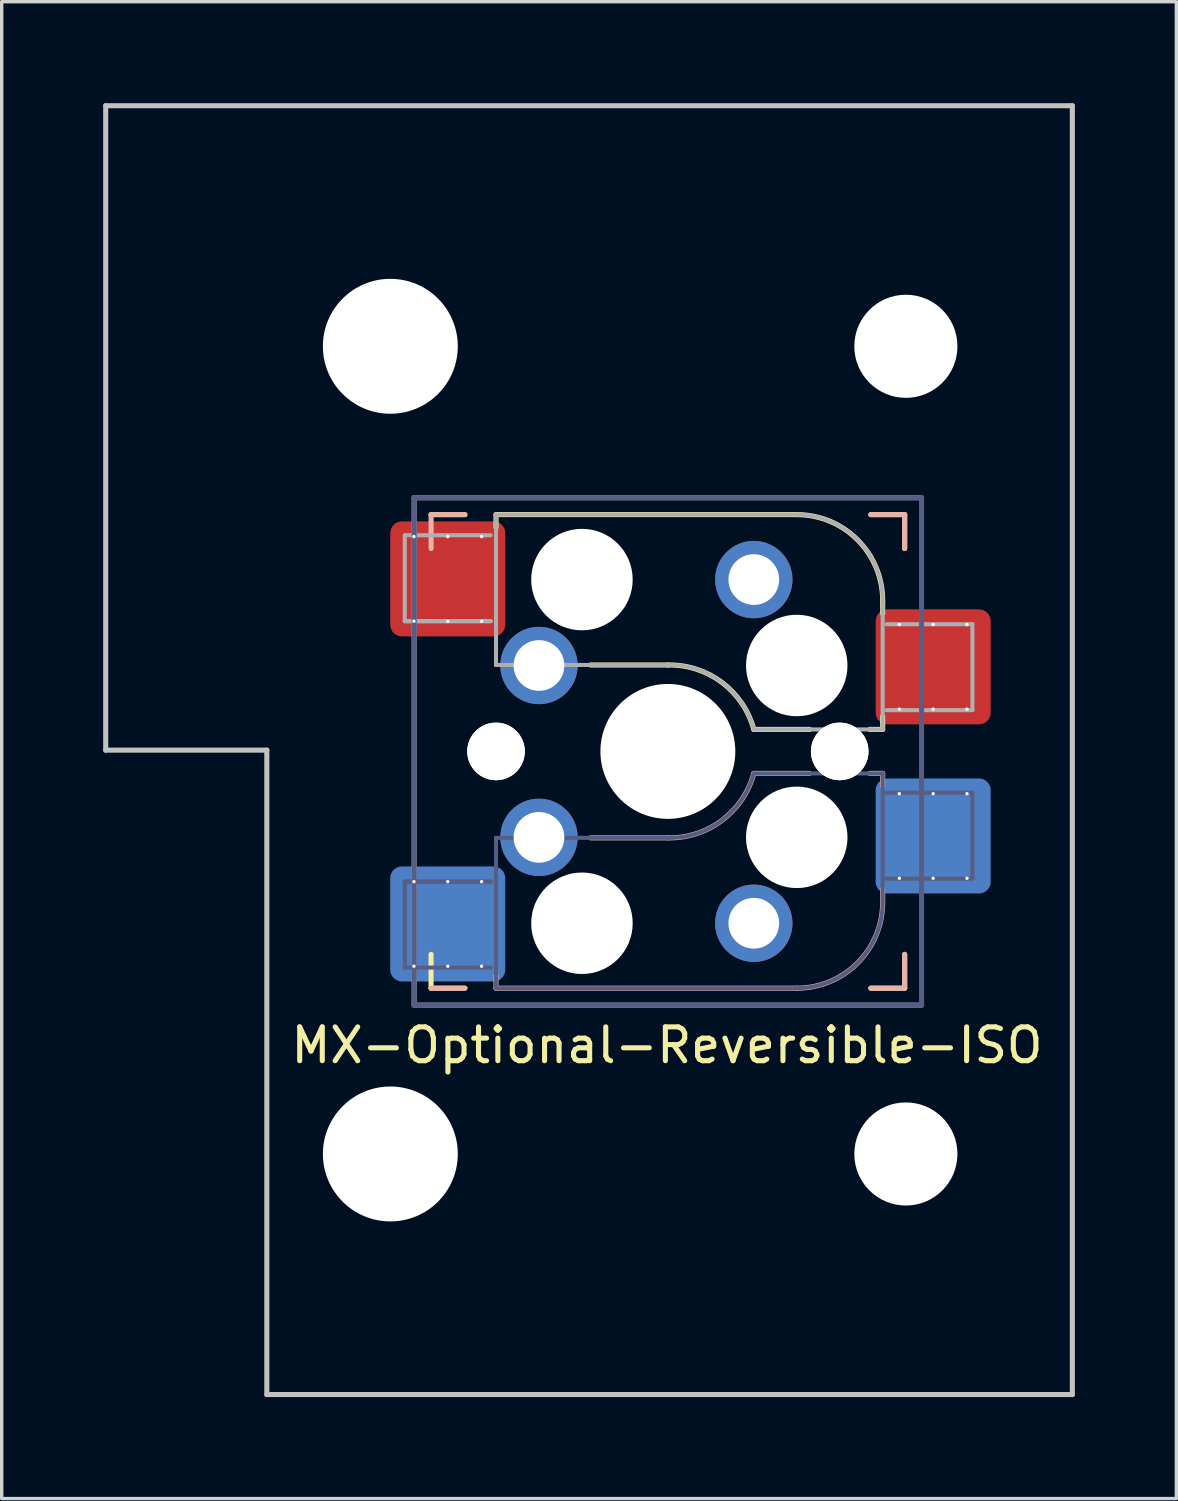
<source format=kicad_pcb>
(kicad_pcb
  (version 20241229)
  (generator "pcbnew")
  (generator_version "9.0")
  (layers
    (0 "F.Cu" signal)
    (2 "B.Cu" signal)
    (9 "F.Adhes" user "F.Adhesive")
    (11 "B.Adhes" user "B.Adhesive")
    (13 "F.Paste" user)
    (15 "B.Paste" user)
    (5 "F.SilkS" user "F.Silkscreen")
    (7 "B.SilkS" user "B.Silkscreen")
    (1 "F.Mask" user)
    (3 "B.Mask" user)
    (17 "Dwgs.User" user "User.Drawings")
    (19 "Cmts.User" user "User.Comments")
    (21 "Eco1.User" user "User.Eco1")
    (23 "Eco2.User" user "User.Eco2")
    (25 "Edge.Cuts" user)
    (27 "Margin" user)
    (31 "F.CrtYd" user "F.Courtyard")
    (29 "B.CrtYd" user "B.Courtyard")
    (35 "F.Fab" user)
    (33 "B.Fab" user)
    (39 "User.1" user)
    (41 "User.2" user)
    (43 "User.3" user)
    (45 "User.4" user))
  (footprint "MX-Optional-Reversible-ISO"
    (layer "F.Cu")
    (at 16.744 19.125)
    (property "Reference" "MX-Optional-Reversible-ISO" (at -0.077 8.726 180) (layer "F.SilkS") (effects (font (size 1 1) (thickness 0.15))))
    (attr smd)
    (fp_rect (start -8.258 -6.062) (end -4.858 -4.062) (stroke (width 0.1) (type solid)) (fill yes) (layer "F.Mask"))
    (fp_rect (start 6.092 -3.462) (end 9.492 -1.462) (stroke (width 0.1) (type solid)) (fill yes) (layer "F.Mask"))
    (fp_rect (start -4.858 4.138) (end -8.258 6.138) (stroke (width 0.1) (type solid)) (fill yes) (layer "B.Mask"))
    (fp_rect (start 9.492 1.538) (end 6.092 3.538) (stroke (width 0.1) (type solid)) (fill yes) (layer "B.Mask"))
    (fp_line (start -7.051 -6.962) (end -6.051 -6.962) (stroke (width 0.15) (type solid)) (layer "F.SilkS"))
    (fp_line (start -7.051 7.038) (end -7.051 6.038) (stroke (width 0.15) (type solid)) (layer "F.SilkS"))
    (fp_line (start -6.051 7.038) (end -7.051 7.038) (stroke (width 0.15) (type solid)) (layer "F.SilkS"))
    (fp_line (start -5.131 -6.581) (end -5.131 -6.962) (stroke (width 0.15) (type solid)) (layer "F.SilkS"))
    (fp_line (start -2.337 -2.517) (end -0.051 -2.517) (stroke (width 0.15) (type solid)) (layer "F.SilkS"))
    (fp_line (start 2.489 -0.612) (end 4.14 -0.612) (stroke (width 0.15) (type solid)) (layer "F.SilkS"))
    (fp_line (start 3.759 -6.962) (end -5.131 -6.962) (stroke (width 0.15) (type solid)) (layer "F.SilkS"))
    (fp_line (start 5.918 -0.612) (end 6.299 -0.612) (stroke (width 0.15) (type solid)) (layer "F.SilkS"))
    (fp_line (start 5.949 -6.962) (end 6.949 -6.962) (stroke (width 0.15) (type solid)) (layer "F.SilkS"))
    (fp_line (start 6.299 -4.041) (end 6.299 -4.422) (stroke (width 0.15) (type solid)) (layer "F.SilkS"))
    (fp_line (start 6.299 -0.612) (end 6.299 -0.993) (stroke (width 0.15) (type solid)) (layer "F.SilkS"))
    (fp_line (start 6.949 -6.962) (end 6.949 -5.962) (stroke (width 0.15) (type solid)) (layer "F.SilkS"))
    (fp_line (start 6.949 6.038) (end 6.949 7.038) (stroke (width 0.15) (type solid)) (layer "F.SilkS"))
    (fp_line (start 6.949 7.038) (end 5.949 7.038) (stroke (width 0.15) (type solid)) (layer "F.SilkS"))
    (fp_arc (start -0.05085 -2.51696) (mid 1.54712 -2.001754) (end 2.48915 -0.61196) (stroke (width 0.15) (type solid)) (layer "F.SilkS"))
    (fp_arc (start 3.75915 -6.96196) (mid 5.555201 -6.218011) (end 6.29915 -4.42196) (stroke (width 0.15) (type solid)) (layer "F.SilkS"))
    (fp_line (start -7.051 -6.962) (end -6.051 -6.962) (stroke (width 0.15) (type solid)) (layer "B.SilkS"))
    (fp_line (start -7.05 -6.96) (end -7.05 -5.96) (stroke (width 0.15) (type solid)) (layer "B.SilkS"))
    (fp_line (start -6.051 7.038) (end -7.051 7.038) (stroke (width 0.15) (type solid)) (layer "B.SilkS"))
    (fp_line (start -5.131 7.038) (end -5.131 6.657) (stroke (width 0.15) (type solid)) (layer "B.SilkS"))
    (fp_line (start -5.131 7.038) (end 3.759 7.038) (stroke (width 0.15) (type solid)) (layer "B.SilkS"))
    (fp_line (start -0.051 2.593) (end -2.337 2.593) (stroke (width 0.15) (type solid)) (layer "B.SilkS"))
    (fp_line (start 4.14 0.688) (end 2.489 0.688) (stroke (width 0.15) (type solid)) (layer "B.SilkS"))
    (fp_line (start 5.949 -6.962) (end 6.949 -6.962) (stroke (width 0.15) (type solid)) (layer "B.SilkS"))
    (fp_line (start 6.299 0.688) (end 5.918 0.688) (stroke (width 0.15) (type solid)) (layer "B.SilkS"))
    (fp_line (start 6.299 1.069) (end 6.299 0.688) (stroke (width 0.15) (type solid)) (layer "B.SilkS"))
    (fp_line (start 6.299 4.498) (end 6.299 4.117) (stroke (width 0.15) (type solid)) (layer "B.SilkS"))
    (fp_line (start 6.949 -6.962) (end 6.949 -5.962) (stroke (width 0.15) (type solid)) (layer "B.SilkS"))
    (fp_line (start 6.949 6.038) (end 6.949 7.038) (stroke (width 0.15) (type solid)) (layer "B.SilkS"))
    (fp_line (start 6.949 7.038) (end 5.949 7.038) (stroke (width 0.15) (type solid)) (layer "B.SilkS"))
    (fp_arc (start 2.48915 0.68804) (mid 1.547119 2.077831) (end -0.05085 2.59304) (stroke (width 0.15) (type solid)) (layer "B.SilkS"))
    (fp_arc (start 6.29915 4.49804) (mid 5.555201 6.294091) (end 3.75915 7.03804) (stroke (width 0.15) (type solid)) (layer "B.SilkS"))
    (fp_line (start -16.669 -19.05) (end -16.669 0) (stroke (width 0.15) (type solid)) (layer "Dwgs.User"))
    (fp_line (start -16.669 -19.05) (end 11.906 -19.05) (stroke (width 0.15) (type solid)) (layer "Dwgs.User"))
    (fp_line (start -11.906 0) (end -16.669 0) (stroke (width 0.15) (type solid)) (layer "Dwgs.User"))
    (fp_line (start -11.906 19.05) (end -11.906 0) (stroke (width 0.15) (type solid)) (layer "Dwgs.User"))
    (fp_line (start -11.906 19.05) (end 11.906 19.05) (stroke (width 0.15) (type solid)) (layer "Dwgs.User"))
    (fp_line (start 11.906 -19.05) (end 11.906 19.05) (stroke (width 0.15) (type solid)) (layer "Dwgs.User"))
    (fp_line (start -6.951 6.938) (end 6.849 6.938) (stroke (width 0.15) (type solid)) (layer "Eco2.User"))
    (fp_line (start -6.95 -6.86) (end -6.95 6.94) (stroke (width 0.15) (type solid)) (layer "Eco2.User"))
    (fp_line (start 6.848 6.94) (end 6.848 -6.86) (stroke (width 0.15) (type solid)) (layer "Eco2.User"))
    (fp_line (start 6.849 -6.862) (end -6.951 -6.862) (stroke (width 0.15) (type solid)) (layer "Eco2.User"))
    (fp_line (start -7.828 3.888) (end -7.828 6.428) (stroke (width 0.12) (type solid)) (layer "B.Fab"))
    (fp_line (start -7.828 6.428) (end -5.288 6.428) (stroke (width 0.12) (type solid)) (layer "B.Fab"))
    (fp_line (start -7.551 -7.462) (end 7.449 -7.462) (stroke (width 0.15) (type solid)) (layer "B.Fab"))
    (fp_line (start -7.551 7.538) (end -7.551 -7.462) (stroke (width 0.15) (type solid)) (layer "B.Fab"))
    (fp_line (start -5.288 3.888) (end -7.828 3.888) (stroke (width 0.12) (type solid)) (layer "B.Fab"))
    (fp_line (start -5.288 3.888) (end -7.828 3.888) (stroke (width 0.12) (type solid)) (layer "B.Fab"))
    (fp_line (start -5.131 2.593) (end -5.131 7.038) (stroke (width 0.12) (type solid)) (layer "B.Fab"))
    (fp_line (start -5.131 7.038) (end 3.759 7.038) (stroke (width 0.12) (type solid)) (layer "B.Fab"))
    (fp_line (start -0.051 2.593) (end -5.131 2.593) (stroke (width 0.12) (type solid)) (layer "B.Fab"))
    (fp_line (start 6.299 0.688) (end 2.489 0.688) (stroke (width 0.12) (type solid)) (layer "B.Fab"))
    (fp_line (start 6.299 4.498) (end 6.299 0.688) (stroke (width 0.12) (type solid)) (layer "B.Fab"))
    (fp_line (start 6.412 3.798) (end 8.952 3.798) (stroke (width 0.12) (type solid)) (layer "B.Fab"))
    (fp_line (start 7.449 -7.462) (end 7.449 7.538) (stroke (width 0.15) (type solid)) (layer "B.Fab"))
    (fp_line (start 7.449 7.538) (end -7.551 7.538) (stroke (width 0.15) (type solid)) (layer "B.Fab"))
    (fp_line (start 8.952 1.258) (end 6.412 1.258) (stroke (width 0.12) (type solid)) (layer "B.Fab"))
    (fp_line (start 8.952 3.798) (end 8.952 1.258) (stroke (width 0.12) (type solid)) (layer "B.Fab"))
    (fp_arc (start 2.48915 0.68804) (mid 1.547122 2.077836) (end -0.05085 2.59304) (stroke (width 0.12) (type solid)) (layer "B.Fab"))
    (fp_arc (start 6.29915 4.49804) (mid 5.555201 6.294091) (end 3.75915 7.03804) (stroke (width 0.12) (type solid)) (layer "B.Fab"))
    (fp_line (start -7.828 -6.352) (end -7.828 -3.812) (stroke (width 0.12) (type solid)) (layer "F.Fab"))
    (fp_line (start -7.828 -3.812) (end -5.288 -3.812) (stroke (width 0.12) (type solid)) (layer "F.Fab"))
    (fp_line (start -7.828 -3.812) (end -5.288 -3.812) (stroke (width 0.12) (type solid)) (layer "F.Fab"))
    (fp_line (start -7.551 -7.462) (end 7.449 -7.462) (stroke (width 0.15) (type solid)) (layer "F.Fab"))
    (fp_line (start -7.551 7.538) (end -7.551 -7.462) (stroke (width 0.15) (type solid)) (layer "F.Fab"))
    (fp_line (start -5.288 -6.352) (end -7.828 -6.352) (stroke (width 0.12) (type solid)) (layer "F.Fab"))
    (fp_line (start -5.131 -6.962) (end -5.131 -2.517) (stroke (width 0.12) (type solid)) (layer "F.Fab"))
    (fp_line (start -5.131 -2.517) (end -0.051 -2.517) (stroke (width 0.12) (type solid)) (layer "F.Fab"))
    (fp_line (start 2.489 -0.612) (end 6.299 -0.612) (stroke (width 0.12) (type solid)) (layer "F.Fab"))
    (fp_line (start 3.759 -6.962) (end -5.131 -6.962) (stroke (width 0.12) (type solid)) (layer "F.Fab"))
    (fp_line (start 6.299 -0.612) (end 6.299 -4.422) (stroke (width 0.12) (type solid)) (layer "F.Fab"))
    (fp_line (start 6.412 -1.182) (end 8.952 -1.182) (stroke (width 0.12) (type solid)) (layer "F.Fab"))
    (fp_line (start 7.449 7.538) (end -7.551 7.538) (stroke (width 0.15) (type solid)) (layer "F.Fab"))
    (fp_line (start 8.952 -3.722) (end 6.412 -3.722) (stroke (width 0.12) (type solid)) (layer "F.Fab"))
    (fp_line (start 8.952 -1.182) (end 8.952 -3.722) (stroke (width 0.12) (type solid)) (layer "F.Fab"))
    (fp_arc (start -0.05085 -2.51696) (mid 1.547122 -2.001755) (end 2.48915 -0.61196) (stroke (width 0.12) (type solid)) (layer "F.Fab"))
    (fp_arc (start 3.75915 -6.96196) (mid 5.555201 -6.218011) (end 6.29915 -4.42196) (stroke (width 0.12) (type solid)) (layer "F.Fab"))
    (pad "" np_thru_hole circle (at -8.255 -11.938) (size 3.988 3.988) (drill 3.988) (layers "*.Cu" "*.Mask"))
    (pad "" np_thru_hole circle (at -8.255 11.938) (size 3.988 3.988) (drill 3.988) (layers "*.Cu" "*.Mask"))
    (pad "" np_thru_hole circle (at -5.131 0.038) (size 1.702 1.702) (drill 1.702) (layers "*.Cu" "*.Mask"))
    (pad "" np_thru_hole circle (at -5.131 0.038 180) (size 1.702 1.702) (drill 1.702) (layers "*.Cu" "*.Mask"))
    (pad "" np_thru_hole circle (at -2.591 -5.042) (size 3 3) (drill 3) (layers "*.Cu" "*.Mask"))
    (pad "" np_thru_hole circle (at -2.591 5.118 180) (size 3 3) (drill 3) (layers "*.Cu" "*.Mask"))
    (pad "" np_thru_hole circle (at -0.051 0.038) (size 3.988 3.988) (drill 3.988) (layers "*.Cu" "*.Mask"))
    (pad "" np_thru_hole circle (at 3.759 -2.502) (size 3 3) (drill 3) (layers "*.Cu" "*.Mask"))
    (pad "" np_thru_hole circle (at 3.759 2.578 180) (size 3 3) (drill 3) (layers "*.Cu" "*.Mask"))
    (pad "" np_thru_hole circle (at 5.029 0.038) (size 1.702 1.702) (drill 1.702) (layers "*.Cu" "*.Mask"))
    (pad "" np_thru_hole circle (at 5.029 0.038 180) (size 1.702 1.702) (drill 1.702) (layers "*.Cu" "*.Mask"))
    (pad "" np_thru_hole circle (at 6.985 -11.938) (size 3.048 3.048) (drill 3.048) (layers "*.Cu" "*.Mask"))
    (pad "" np_thru_hole circle (at 6.985 11.938) (size 3.048 3.048) (drill 3.048) (layers "*.Cu" "*.Mask"))
    (pad "1" thru_hole circle (at -7.558 -6.312 270) (size 0.1 0.1) (drill 0.3) (layers "*.Cu" "*.Mask"))
    (pad "1" thru_hole circle (at -7.558 -3.812 270) (size 0.1 0.1) (drill 0.3) (layers "*.Cu" "*.Mask"))
    (pad "1" thru_hole circle (at -7.558 3.888 270) (size 0.1 0.1) (drill 0.3) (layers "*.Cu" "*.Mask"))
    (pad "1" thru_hole circle (at -7.558 6.388 270) (size 0.1 0.1) (drill 0.3) (layers "*.Cu" "*.Mask"))
    (pad "1" thru_hole circle (at -6.558 -6.312 270) (size 0.1 0.1) (drill 0.3) (layers "*.Cu"))
    (pad "1" smd roundrect (at -6.558 -5.062 180) (size 3.4 3.4) (property pad_prop_bga) (layers "F.Cu" "F.Paste") (roundrect_rratio 0.1))
    (pad "1" thru_hole circle (at -6.558 -3.812 270) (size 0.1 0.1) (drill 0.3) (layers "*.Cu" "*.Mask"))
    (pad "1" thru_hole circle (at -6.558 3.888 270) (size 0.1 0.1) (drill 0.3) (layers "*.Cu" "*.Mask"))
    (pad "1" smd roundrect (at -6.558 5.138) (size 3.4 3.4) (property pad_prop_bga) (layers "B.Cu" "B.Paste") (roundrect_rratio 0.1))
    (pad "1" thru_hole circle (at -6.558 6.388 270) (size 0.1 0.1) (drill 0.3) (layers "*.Cu"))
    (pad "1" thru_hole circle (at -5.558 -6.312 270) (size 0.1 0.1) (drill 0.3) (layers "*.Cu"))
    (pad "1" thru_hole circle (at -5.558 -3.812 270) (size 0.1 0.1) (drill 0.3) (layers "*.Cu" "*.Mask"))
    (pad "1" thru_hole circle (at -5.558 3.888 270) (size 0.1 0.1) (drill 0.3) (layers "*.Cu" "*.Mask"))
    (pad "1" thru_hole circle (at -5.558 6.388 270) (size 0.1 0.1) (drill 0.3) (layers "*.Cu"))
    (pad "1" thru_hole circle (at -3.861 -2.502) (size 2.286 2.286) (drill 1.499) (layers "*.Cu" "*.Mask"))
    (pad "1" thru_hole circle (at -3.861 2.578 180) (size 2.286 2.286) (drill 1.499) (layers "*.Cu" "*.Mask"))
    (pad "2" thru_hole circle (at 2.489 -5.042) (size 2.286 2.286) (drill 1.499) (layers "*.Cu" "*.Mask"))
    (pad "2" thru_hole circle (at 2.489 5.118 180) (size 2.286 2.286) (drill 1.499) (layers "*.Cu" "*.Mask"))
    (pad "2" thru_hole circle (at 6.792 -3.712 270) (size 0.1 0.1) (drill 0.3) (layers "*.Cu" "*.Mask"))
    (pad "2" thru_hole circle (at 6.792 -1.212 270) (size 0.1 0.1) (drill 0.3) (layers "*.Cu" "*.Mask"))
    (pad "2" thru_hole circle (at 6.792 1.288 270) (size 0.1 0.1) (drill 0.3) (layers "*.Cu" "*.Mask"))
    (pad "2" thru_hole circle (at 6.792 3.788 270) (size 0.1 0.1) (drill 0.3) (layers "*.Cu" "*.Mask"))
    (pad "2" thru_hole circle (at 7.792 -3.712 270) (size 0.1 0.1) (drill 0.3) (layers "*.Cu"))
    (pad "2" smd roundrect (at 7.792 -2.462 180) (size 3.4 3.4) (property pad_prop_bga) (layers "F.Cu" "F.Paste") (roundrect_rratio 0.1))
    (pad "2" thru_hole circle (at 7.792 -1.212 270) (size 0.1 0.1) (drill 0.3) (layers "*.Cu" "*.Mask"))
    (pad "2" thru_hole circle (at 7.792 1.288 270) (size 0.1 0.1) (drill 0.3) (layers "*.Cu" "*.Mask"))
    (pad "2" smd roundrect (at 7.792 2.538) (size 3.4 3.4) (property pad_prop_bga) (layers "B.Cu" "B.Paste") (roundrect_rratio 0.1))
    (pad "2" thru_hole circle (at 7.792 3.788 270) (size 0.1 0.1) (drill 0.3) (layers "*.Cu"))
    (pad "2" thru_hole circle (at 8.792 -3.712 270) (size 0.1 0.1) (drill 0.3) (layers "*.Cu"))
    (pad "2" thru_hole circle (at 8.792 -1.212 270) (size 0.1 0.1) (drill 0.3) (layers "*.Cu" "*.Mask"))
    (pad "2" thru_hole circle (at 8.792 1.288 270) (size 0.1 0.1) (drill 0.3) (layers "*.Cu" "*.Mask"))
    (pad "2" thru_hole circle (at 8.792 3.788 270) (size 0.1 0.1) (drill 0.3) (layers "*.Cu")))
  (gr_rect
    (start -3 -3)
    (end 31.725 41.25)
    (stroke (width 0.1) (type default))
    (fill no)
    (layer "Edge.Cuts")))
</source>
